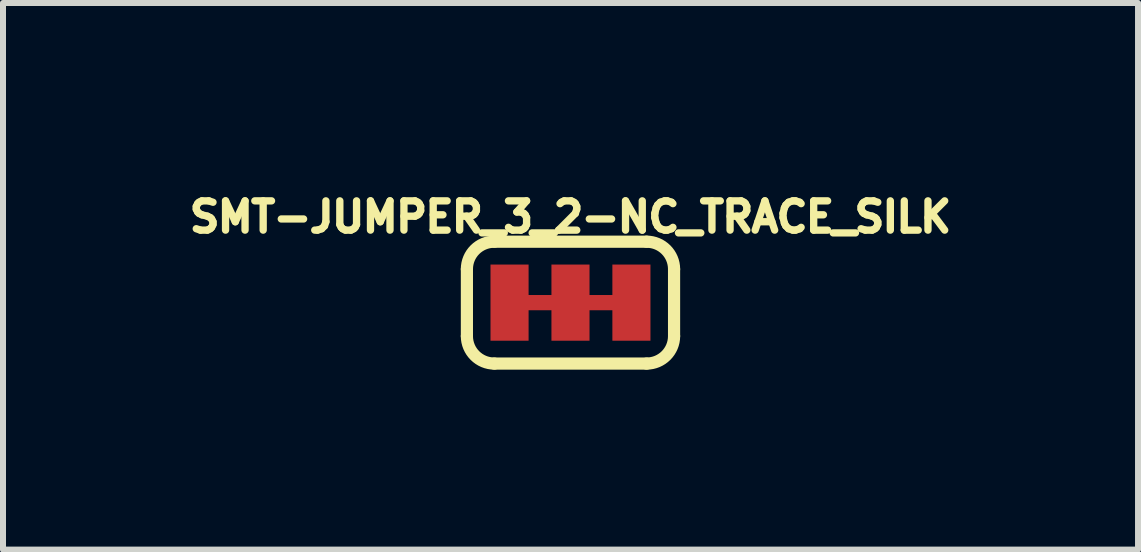
<source format=kicad_pcb>
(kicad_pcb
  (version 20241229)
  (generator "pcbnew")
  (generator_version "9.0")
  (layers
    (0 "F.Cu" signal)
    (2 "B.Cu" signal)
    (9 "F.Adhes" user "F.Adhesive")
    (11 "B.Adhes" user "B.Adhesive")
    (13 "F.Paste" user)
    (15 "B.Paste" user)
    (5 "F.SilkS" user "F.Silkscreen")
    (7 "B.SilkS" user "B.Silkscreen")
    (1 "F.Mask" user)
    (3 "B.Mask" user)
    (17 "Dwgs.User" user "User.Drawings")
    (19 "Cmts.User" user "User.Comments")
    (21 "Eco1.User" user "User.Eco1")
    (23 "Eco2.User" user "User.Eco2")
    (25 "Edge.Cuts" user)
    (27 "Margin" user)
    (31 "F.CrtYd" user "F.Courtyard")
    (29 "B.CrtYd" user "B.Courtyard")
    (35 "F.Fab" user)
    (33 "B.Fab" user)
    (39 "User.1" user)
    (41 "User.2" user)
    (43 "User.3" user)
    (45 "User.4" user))
  (footprint "SMT-JUMPER_3_2-NC_TRACE_SILK"
    (layer "F.Cu")
    (at 6.462 1.996)
    (property "Reference" "SMT-JUMPER_3_2-NC_TRACE_SILK" (at 0 -1.143 0) (layer "F.SilkS") (effects (font (size 0.488 0.488) (thickness 0.122)) (justify bottom)))
    (fp_poly (pts (xy -0.711 0.127) (xy -0.305 0.127) (xy -0.305 -0.127) (xy -0.711 -0.127)) (stroke (width 0) (type solid)) (fill yes) (layer "F.Cu"))
    (fp_poly (pts (xy 0.305 0.127) (xy 0.711 0.127) (xy 0.711 -0.127) (xy 0.305 -0.127)) (stroke (width 0) (type solid)) (fill yes) (layer "F.Cu"))
    (fp_poly (pts (xy 0.762 0.191) (xy -0.762 0.191) (xy -0.762 -0.191) (xy 0.762 -0.191)) (stroke (width 0) (type solid)) (fill yes) (layer "F.Mask"))
    (fp_line (start -1.727 0.559) (end -1.727 -0.559) (stroke (width 0.203) (type solid)) (layer "F.SilkS"))
    (fp_line (start -1.27 -1.016) (end 1.27 -1.016) (stroke (width 0.203) (type solid)) (layer "F.SilkS"))
    (fp_line (start 1.27 1.016) (end -1.27 1.016) (stroke (width 0.203) (type solid)) (layer "F.SilkS"))
    (fp_line (start 1.727 0.559) (end 1.727 -0.559) (stroke (width 0.203) (type solid)) (layer "F.SilkS"))
    (fp_arc (start -1.7272 -0.5588) (mid -1.593289 -0.882089) (end -1.27 -1.016) (stroke (width 0.2032) (type solid)) (layer "F.SilkS"))
    (fp_arc (start -1.27 1.016) (mid -1.593289 0.882089) (end -1.7272 0.5588) (stroke (width 0.2032) (type solid)) (layer "F.SilkS"))
    (fp_arc (start 1.27 -1.016) (mid 1.593289 -0.882089) (end 1.7272 -0.5588) (stroke (width 0.2032) (type solid)) (layer "F.SilkS"))
    (fp_arc (start 1.7272 0.5588) (mid 1.593289 0.882089) (end 1.27 1.016) (stroke (width 0.2032) (type solid)) (layer "F.SilkS"))
    (pad "1" smd rect (at -1.016 0) (size 0.635 1.27) (layers "F.Cu" "F.Mask"))
    (pad "2" smd rect (at 0 0) (size 0.635 1.27) (layers "F.Cu" "F.Mask"))
    (pad "3" smd rect (at 1.016 0) (size 0.635 1.27) (layers "F.Cu" "F.Mask")))
  (gr_rect
    (start -3 -3)
    (end 15.925 6.114)
    (stroke (width 0.1) (type default))
    (fill no)
    (layer "Edge.Cuts")))
</source>
